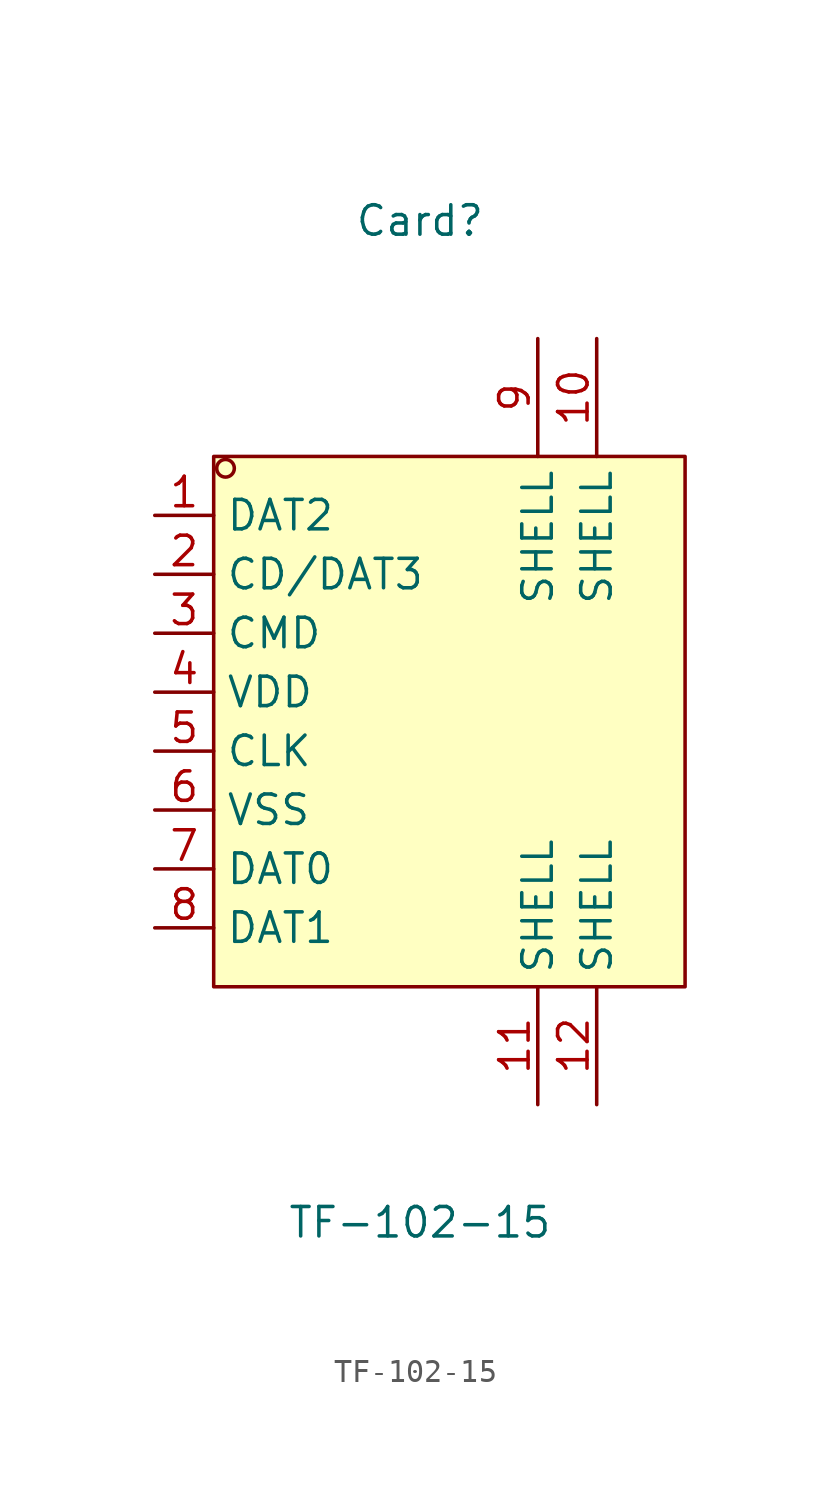
<source format=kicad_sym>
(kicad_symbol_lib
  (version 20211014)
  (generator https://github.com/uPesy/easyeda2kicad.py)
  (symbol "TF-102-15"
    (property "Reference" "Card"
      (at 0 21.59 0)
      (effects (font (size 1.27 1.27))))
    (property "Value" "TF-102-15"
      (at 0 -21.59 0)
      (effects (font (size 1.27 1.27))))
    (symbol "TF-102-15_0_1"
      (rectangle (start -8.89 11.43) (end 11.43 -11.43) (stroke (width 0) (type default) (color 0 0 0 0)) (fill (type background)))
      (circle (center -8.38 10.92) (radius 0.38) (stroke (width 0) (type default) (color 0 0 0 0)) (fill (type none)))
      (pin unspecified line (at -11.43 8.89 0) (length 2.54) (name "DAT2" (effects (font (size 1.27 1.27)))) (number "1" (effects (font (size 1.27 1.27)))))
      (pin unspecified line (at -11.43 6.35 0) (length 2.54) (name "CD/DAT3" (effects (font (size 1.27 1.27)))) (number "2" (effects (font (size 1.27 1.27)))))
      (pin unspecified line (at -11.43 3.81 0) (length 2.54) (name "CMD" (effects (font (size 1.27 1.27)))) (number "3" (effects (font (size 1.27 1.27)))))
      (pin unspecified line (at -11.43 1.27 0) (length 2.54) (name "VDD" (effects (font (size 1.27 1.27)))) (number "4" (effects (font (size 1.27 1.27)))))
      (pin unspecified line (at -11.43 -1.27 0) (length 2.54) (name "CLK" (effects (font (size 1.27 1.27)))) (number "5" (effects (font (size 1.27 1.27)))))
      (pin unspecified line (at -11.43 -3.81 0) (length 2.54) (name "VSS" (effects (font (size 1.27 1.27)))) (number "6" (effects (font (size 1.27 1.27)))))
      (pin unspecified line (at -11.43 -6.35 0) (length 2.54) (name "DAT0" (effects (font (size 1.27 1.27)))) (number "7" (effects (font (size 1.27 1.27)))))
      (pin unspecified line (at -11.43 -8.89 0) (length 2.54) (name "DAT1" (effects (font (size 1.27 1.27)))) (number "8" (effects (font (size 1.27 1.27)))))
      (pin unspecified line (at 5.08 16.51 270) (length 5.08) (name "SHELL" (effects (font (size 1.27 1.27)))) (number "9" (effects (font (size 1.27 1.27)))))
      (pin unspecified line (at 7.62 16.51 270) (length 5.08) (name "SHELL" (effects (font (size 1.27 1.27)))) (number "10" (effects (font (size 1.27 1.27)))))
      (pin unspecified line (at 5.08 -16.51 90) (length 5.08) (name "SHELL" (effects (font (size 1.27 1.27)))) (number "11" (effects (font (size 1.27 1.27)))))
      (pin unspecified line (at 7.62 -16.51 90) (length 5.08) (name "SHELL" (effects (font (size 1.27 1.27)))) (number "12" (effects (font (size 1.27 1.27))))))))
</source>
